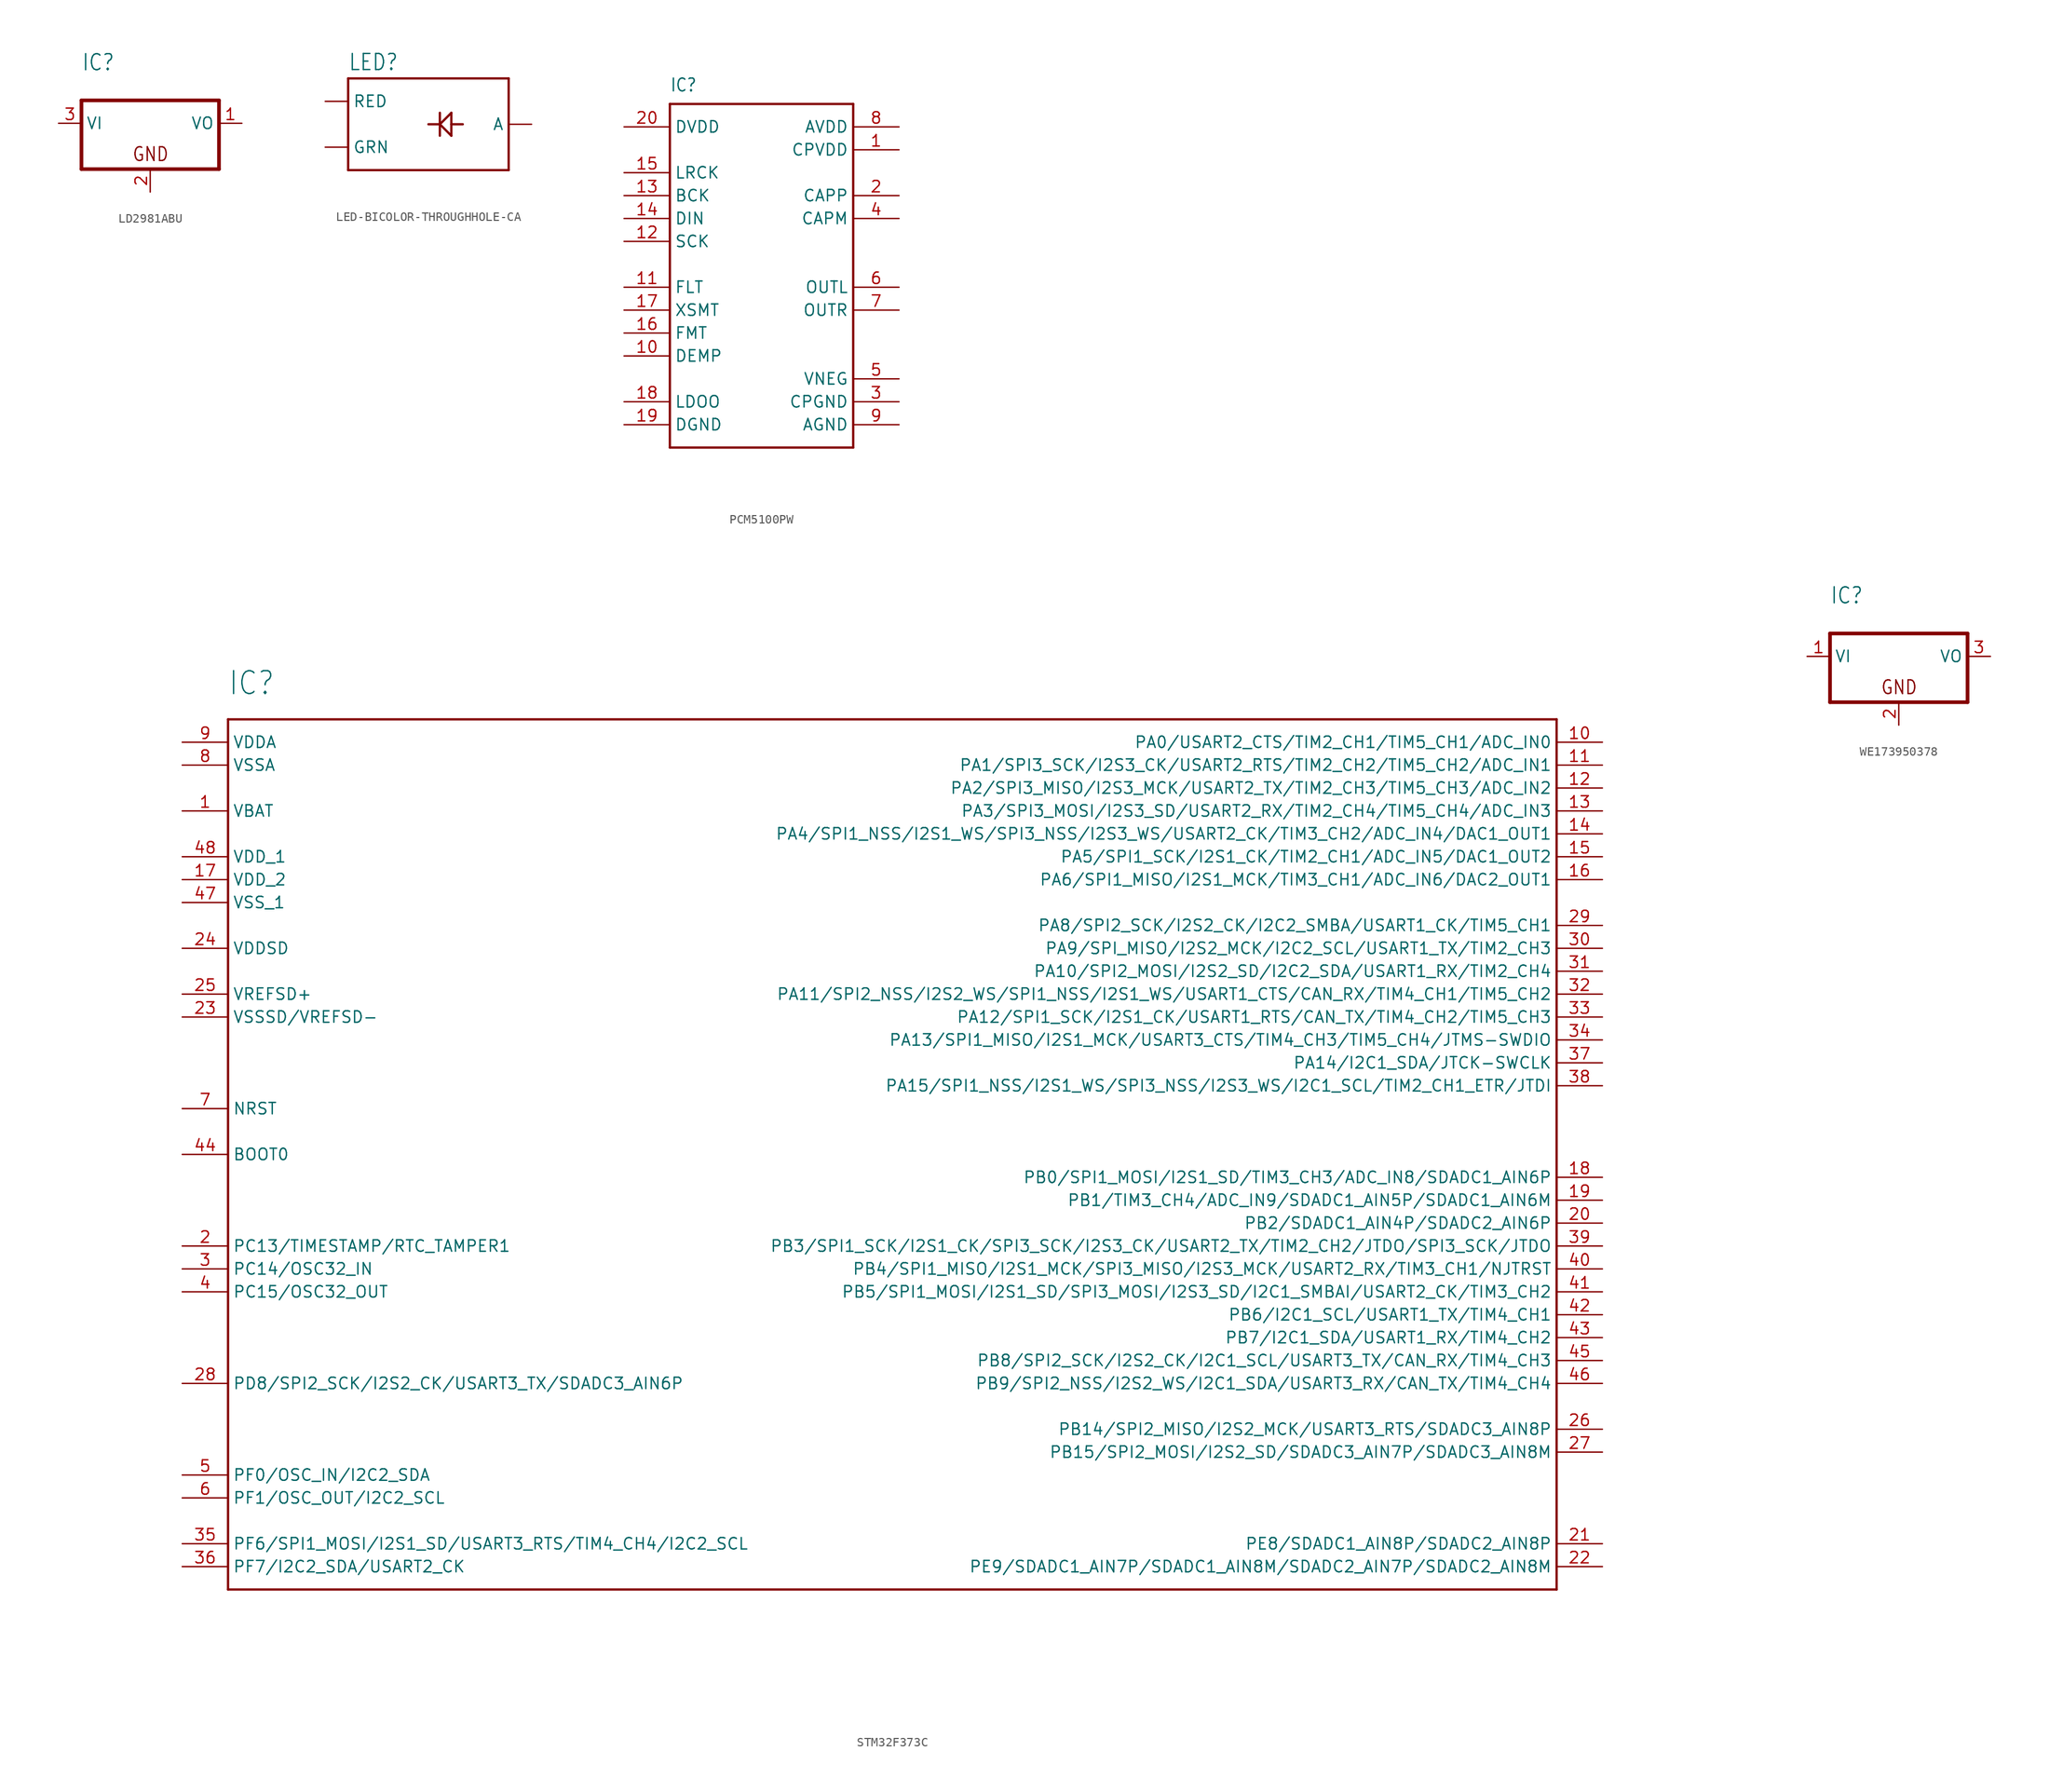
<source format=kicad_sym>
(kicad_symbol_lib
  (version 20220914)
  (generator kicad_symbol_editor)
  (symbol "LD2981ABU"
    (property "Reference" "IC"
      (at -7.62 5.715 0)
      (effects (font (size 1.778 1.511)) (justify left bottom)))
    (property "Value" ""
      (at -7.62 3.175 0)
      (effects (font (size 1.778 1.511)) (justify left bottom)))
    (property "ki_locked" ""
      (at 0 0 0)
      (effects (font (size 1.27 1.27))))
    (symbol "LD2981ABU_1_0"
      (polyline (pts (xy -7.62 -5.08) (xy 7.62 -5.08)) (stroke (width 0.406) (type solid)) (fill (type none)))
      (polyline (pts (xy -7.62 2.54) (xy -7.62 -5.08)) (stroke (width 0.406) (type solid)) (fill (type none)))
      (polyline (pts (xy 7.62 -5.08) (xy 7.62 2.54)) (stroke (width 0.406) (type solid)) (fill (type none)))
      (polyline (pts (xy 7.62 2.54) (xy -7.62 2.54)) (stroke (width 0.406) (type solid)) (fill (type none)))
      (text "GND" (at -2.032 -4.318 0) (effects (font (size 1.524 1.295)) (justify left bottom)))
      (pin passive line (at 10.16 0 180) (length 2.54) (name "VO" (effects (font (size 1.27 1.27)))) (number "1" (effects (font (size 1.27 1.27)))))
      (pin passive line (at 0 -7.62 90) (length 2.54) (name "GND" (effects (font (size 0 0)))) (number "2" (effects (font (size 1.27 1.27)))))
      (pin input line (at -10.16 0 0) (length 2.54) (name "VI" (effects (font (size 1.27 1.27)))) (number "3" (effects (font (size 1.27 1.27)))))))
  (symbol "LED-BICOLOR-THROUGHHOLE-CA"
    (property "Reference" "LED"
      (at -10.16 5.842 0)
      (effects (font (size 1.778 1.511)) (justify left bottom)))
    (property "Value" ""
      (at -10.16 -7.62 0)
      (effects (font (size 1.778 1.511)) (justify left bottom)))
    (property "ki_locked" ""
      (at 0 0 0)
      (effects (font (size 1.27 1.27))))
    (symbol "LED-BICOLOR-THROUGHHOLE-CA_1_0"
      (polyline (pts (xy -10.16 -5.08) (xy -10.16 5.08)) (stroke (width 0.254) (type solid)) (fill (type none)))
      (polyline (pts (xy -10.16 5.08) (xy 7.62 5.08)) (stroke (width 0.254) (type solid)) (fill (type none)))
      (polyline (pts (xy 0 -1.27) (xy 0 0)) (stroke (width 0.254) (type solid)) (fill (type none)))
      (polyline (pts (xy 0 0) (xy -1.27 0)) (stroke (width 0.254) (type solid)) (fill (type none)))
      (polyline (pts (xy 0 0) (xy 0 1.27)) (stroke (width 0.254) (type solid)) (fill (type none)))
      (polyline (pts (xy 0 0) (xy 1.27 -1.27)) (stroke (width 0.254) (type solid)) (fill (type none)))
      (polyline (pts (xy 1.27 -1.27) (xy 1.27 0)) (stroke (width 0.254) (type solid)) (fill (type none)))
      (polyline (pts (xy 1.27 0) (xy 1.27 1.27)) (stroke (width 0.254) (type solid)) (fill (type none)))
      (polyline (pts (xy 1.27 0) (xy 2.54 0)) (stroke (width 0.254) (type solid)) (fill (type none)))
      (polyline (pts (xy 1.27 1.27) (xy 0 0)) (stroke (width 0.254) (type solid)) (fill (type none)))
      (polyline (pts (xy 7.62 -5.08) (xy -10.16 -5.08)) (stroke (width 0.254) (type solid)) (fill (type none)))
      (polyline (pts (xy 7.62 5.08) (xy 7.62 -5.08)) (stroke (width 0.254) (type solid)) (fill (type none)))
      (pin bidirectional line (at 10.16 0 180) (length 2.54) (name "A" (effects (font (size 1.27 1.27)))) (number "A" (effects (font (size 0 0)))))
      (pin bidirectional line (at -12.7 -2.54 0) (length 2.54) (name "GRN" (effects (font (size 1.27 1.27)))) (number "GREEN_C" (effects (font (size 0 0)))))
      (pin bidirectional line (at -12.7 2.54 0) (length 2.54) (name "RED" (effects (font (size 1.27 1.27)))) (number "RED_C" (effects (font (size 0 0)))))))
  (symbol "PCM5100PW"
    (property "Reference" "IC"
      (at -10.16 21.59 0)
      (effects (font (size 1.422 1.209)) (justify left bottom)))
    (property "Value" ""
      (at -10.16 -20.32 0)
      (effects (font (size 1.422 1.209)) (justify left bottom)))
    (property "ki_locked" ""
      (at 0 0 0)
      (effects (font (size 1.27 1.27))))
    (symbol "PCM5100PW_1_0"
      (polyline (pts (xy -10.16 -17.78) (xy -10.16 20.32)) (stroke (width 0.254) (type solid)) (fill (type none)))
      (polyline (pts (xy -10.16 20.32) (xy 10.16 20.32)) (stroke (width 0.254) (type solid)) (fill (type none)))
      (polyline (pts (xy 10.16 -17.78) (xy -10.16 -17.78)) (stroke (width 0.254) (type solid)) (fill (type none)))
      (polyline (pts (xy 10.16 20.32) (xy 10.16 -17.78)) (stroke (width 0.254) (type solid)) (fill (type none)))
      (pin bidirectional line (at 15.24 15.24 180) (length 5.08) (name "CPVDD" (effects (font (size 1.27 1.27)))) (number "1" (effects (font (size 1.27 1.27)))))
      (pin input line (at -15.24 -7.62 0) (length 5.08) (name "DEMP" (effects (font (size 1.27 1.27)))) (number "10" (effects (font (size 1.27 1.27)))))
      (pin input line (at -15.24 0 0) (length 5.08) (name "FLT" (effects (font (size 1.27 1.27)))) (number "11" (effects (font (size 1.27 1.27)))))
      (pin input line (at -15.24 5.08 0) (length 5.08) (name "SCK" (effects (font (size 1.27 1.27)))) (number "12" (effects (font (size 1.27 1.27)))))
      (pin input line (at -15.24 10.16 0) (length 5.08) (name "BCK" (effects (font (size 1.27 1.27)))) (number "13" (effects (font (size 1.27 1.27)))))
      (pin input line (at -15.24 7.62 0) (length 5.08) (name "DIN" (effects (font (size 1.27 1.27)))) (number "14" (effects (font (size 1.27 1.27)))))
      (pin input line (at -15.24 12.7 0) (length 5.08) (name "LRCK" (effects (font (size 1.27 1.27)))) (number "15" (effects (font (size 1.27 1.27)))))
      (pin input line (at -15.24 -5.08 0) (length 5.08) (name "FMT" (effects (font (size 1.27 1.27)))) (number "16" (effects (font (size 1.27 1.27)))))
      (pin input line (at -15.24 -2.54 0) (length 5.08) (name "XSMT" (effects (font (size 1.27 1.27)))) (number "17" (effects (font (size 1.27 1.27)))))
      (pin bidirectional line (at -15.24 -12.7 0) (length 5.08) (name "LDOO" (effects (font (size 1.27 1.27)))) (number "18" (effects (font (size 1.27 1.27)))))
      (pin power_in line (at -15.24 -15.24 0) (length 5.08) (name "DGND" (effects (font (size 1.27 1.27)))) (number "19" (effects (font (size 1.27 1.27)))))
      (pin bidirectional line (at 15.24 10.16 180) (length 5.08) (name "CAPP" (effects (font (size 1.27 1.27)))) (number "2" (effects (font (size 1.27 1.27)))))
      (pin power_in line (at -15.24 17.78 0) (length 5.08) (name "DVDD" (effects (font (size 1.27 1.27)))) (number "20" (effects (font (size 1.27 1.27)))))
      (pin bidirectional line (at 15.24 -12.7 180) (length 5.08) (name "CPGND" (effects (font (size 1.27 1.27)))) (number "3" (effects (font (size 1.27 1.27)))))
      (pin bidirectional line (at 15.24 7.62 180) (length 5.08) (name "CAPM" (effects (font (size 1.27 1.27)))) (number "4" (effects (font (size 1.27 1.27)))))
      (pin input line (at 15.24 -10.16 180) (length 5.08) (name "VNEG" (effects (font (size 1.27 1.27)))) (number "5" (effects (font (size 1.27 1.27)))))
      (pin output line (at 15.24 0 180) (length 5.08) (name "OUTL" (effects (font (size 1.27 1.27)))) (number "6" (effects (font (size 1.27 1.27)))))
      (pin output line (at 15.24 -2.54 180) (length 5.08) (name "OUTR" (effects (font (size 1.27 1.27)))) (number "7" (effects (font (size 1.27 1.27)))))
      (pin power_in line (at 15.24 17.78 180) (length 5.08) (name "AVDD" (effects (font (size 1.27 1.27)))) (number "8" (effects (font (size 1.27 1.27)))))
      (pin power_in line (at 15.24 -15.24 180) (length 5.08) (name "AGND" (effects (font (size 1.27 1.27)))) (number "9" (effects (font (size 1.27 1.27)))))))
  (symbol "STM32F373C"
    (property "Reference" "IC"
      (at -73.66 50.8 0)
      (effects (font (size 2.54 2.159)) (justify left bottom)))
    (property "Value" ""
      (at -73.66 -53.34 0)
      (effects (font (size 2.54 2.159)) (justify left bottom)))
    (property "ki_locked" ""
      (at 0 0 0)
      (effects (font (size 1.27 1.27))))
    (symbol "STM32F373C_1_0"
      (polyline (pts (xy -73.66 -48.26) (xy -73.66 48.26)) (stroke (width 0.254) (type solid)) (fill (type none)))
      (polyline (pts (xy -73.66 48.26) (xy 73.66 48.26)) (stroke (width 0.254) (type solid)) (fill (type none)))
      (polyline (pts (xy 73.66 -48.26) (xy -73.66 -48.26)) (stroke (width 0.254) (type solid)) (fill (type none)))
      (polyline (pts (xy 73.66 48.26) (xy 73.66 -48.26)) (stroke (width 0.254) (type solid)) (fill (type none)))
      (pin power_in line (at -78.74 38.1 0) (length 5.08) (name "VBAT" (effects (font (size 1.27 1.27)))) (number "1" (effects (font (size 1.27 1.27)))))
      (pin bidirectional line (at 78.74 45.72 180) (length 5.08) (name "PA0/USART2_CTS/TIM2_CH1/TIM5_CH1/ADC_IN0" (effects (font (size 1.27 1.27)))) (number "10" (effects (font (size 1.27 1.27)))))
      (pin bidirectional line (at 78.74 43.18 180) (length 5.08) (name "PA1/SPI3_SCK/I2S3_CK/USART2_RTS/TIM2_CH2/TIM5_CH2/ADC_IN1" (effects (font (size 1.27 1.27)))) (number "11" (effects (font (size 1.27 1.27)))))
      (pin bidirectional line (at 78.74 40.64 180) (length 5.08) (name "PA2/SPI3_MISO/I2S3_MCK/USART2_TX/TIM2_CH3/TIM5_CH3/ADC_IN2" (effects (font (size 1.27 1.27)))) (number "12" (effects (font (size 1.27 1.27)))))
      (pin bidirectional line (at 78.74 38.1 180) (length 5.08) (name "PA3/SPI3_MOSI/I2S3_SD/USART2_RX/TIM2_CH4/TIM5_CH4/ADC_IN3" (effects (font (size 1.27 1.27)))) (number "13" (effects (font (size 1.27 1.27)))))
      (pin bidirectional line (at 78.74 35.56 180) (length 5.08) (name "PA4/SPI1_NSS/I2S1_WS/SPI3_NSS/I2S3_WS/USART2_CK/TIM3_CH2/ADC_IN4/DAC1_OUT1" (effects (font (size 1.27 1.27)))) (number "14" (effects (font (size 1.27 1.27)))))
      (pin bidirectional line (at 78.74 33.02 180) (length 5.08) (name "PA5/SPI1_SCK/I2S1_CK/TIM2_CH1/ADC_IN5/DAC1_OUT2" (effects (font (size 1.27 1.27)))) (number "15" (effects (font (size 1.27 1.27)))))
      (pin bidirectional line (at 78.74 30.48 180) (length 5.08) (name "PA6/SPI1_MISO/I2S1_MCK/TIM3_CH1/ADC_IN6/DAC2_OUT1" (effects (font (size 1.27 1.27)))) (number "16" (effects (font (size 1.27 1.27)))))
      (pin power_in line (at -78.74 30.48 0) (length 5.08) (name "VDD_2" (effects (font (size 1.27 1.27)))) (number "17" (effects (font (size 1.27 1.27)))))
      (pin bidirectional line (at 78.74 -2.54 180) (length 5.08) (name "PB0/SPI1_MOSI/I2S1_SD/TIM3_CH3/ADC_IN8/SDADC1_AIN6P" (effects (font (size 1.27 1.27)))) (number "18" (effects (font (size 1.27 1.27)))))
      (pin bidirectional line (at 78.74 -5.08 180) (length 5.08) (name "PB1/TIM3_CH4/ADC_IN9/SDADC1_AIN5P/SDADC1_AIN6M" (effects (font (size 1.27 1.27)))) (number "19" (effects (font (size 1.27 1.27)))))
      (pin bidirectional line (at -78.74 -10.16 0) (length 5.08) (name "PC13/TIMESTAMP/RTC_TAMPER1" (effects (font (size 1.27 1.27)))) (number "2" (effects (font (size 1.27 1.27)))))
      (pin bidirectional line (at 78.74 -7.62 180) (length 5.08) (name "PB2/SDADC1_AIN4P/SDADC2_AIN6P" (effects (font (size 1.27 1.27)))) (number "20" (effects (font (size 1.27 1.27)))))
      (pin bidirectional line (at 78.74 -43.18 180) (length 5.08) (name "PE8/SDADC1_AIN8P/SDADC2_AIN8P" (effects (font (size 1.27 1.27)))) (number "21" (effects (font (size 1.27 1.27)))))
      (pin bidirectional line (at 78.74 -45.72 180) (length 5.08) (name "PE9/SDADC1_AIN7P/SDADC1_AIN8M/SDADC2_AIN7P/SDADC2_AIN8M" (effects (font (size 1.27 1.27)))) (number "22" (effects (font (size 1.27 1.27)))))
      (pin power_in line (at -78.74 15.24 0) (length 5.08) (name "VSSSD/VREFSD-" (effects (font (size 1.27 1.27)))) (number "23" (effects (font (size 1.27 1.27)))))
      (pin power_in line (at -78.74 22.86 0) (length 5.08) (name "VDDSD" (effects (font (size 1.27 1.27)))) (number "24" (effects (font (size 1.27 1.27)))))
      (pin power_in line (at -78.74 17.78 0) (length 5.08) (name "VREFSD+" (effects (font (size 1.27 1.27)))) (number "25" (effects (font (size 1.27 1.27)))))
      (pin bidirectional line (at 78.74 -30.48 180) (length 5.08) (name "PB14/SPI2_MISO/I2S2_MCK/USART3_RTS/SDADC3_AIN8P" (effects (font (size 1.27 1.27)))) (number "26" (effects (font (size 1.27 1.27)))))
      (pin bidirectional line (at 78.74 -33.02 180) (length 5.08) (name "PB15/SPI2_MOSI/I2S2_SD/SDADC3_AIN7P/SDADC3_AIN8M" (effects (font (size 1.27 1.27)))) (number "27" (effects (font (size 1.27 1.27)))))
      (pin bidirectional line (at -78.74 -25.4 0) (length 5.08) (name "PD8/SPI2_SCK/I2S2_CK/USART3_TX/SDADC3_AIN6P" (effects (font (size 1.27 1.27)))) (number "28" (effects (font (size 1.27 1.27)))))
      (pin bidirectional line (at 78.74 25.4 180) (length 5.08) (name "PA8/SPI2_SCK/I2S2_CK/I2C2_SMBA/USART1_CK/TIM5_CH1" (effects (font (size 1.27 1.27)))) (number "29" (effects (font (size 1.27 1.27)))))
      (pin bidirectional line (at -78.74 -12.7 0) (length 5.08) (name "PC14/OSC32_IN" (effects (font (size 1.27 1.27)))) (number "3" (effects (font (size 1.27 1.27)))))
      (pin bidirectional line (at 78.74 22.86 180) (length 5.08) (name "PA9/SPI_MISO/I2S2_MCK/I2C2_SCL/USART1_TX/TIM2_CH3" (effects (font (size 1.27 1.27)))) (number "30" (effects (font (size 1.27 1.27)))))
      (pin bidirectional line (at 78.74 20.32 180) (length 5.08) (name "PA10/SPI2_MOSI/I2S2_SD/I2C2_SDA/USART1_RX/TIM2_CH4" (effects (font (size 1.27 1.27)))) (number "31" (effects (font (size 1.27 1.27)))))
      (pin bidirectional line (at 78.74 17.78 180) (length 5.08) (name "PA11/SPI2_NSS/I2S2_WS/SPI1_NSS/I2S1_WS/USART1_CTS/CAN_RX/TIM4_CH1/TIM5_CH2" (effects (font (size 1.27 1.27)))) (number "32" (effects (font (size 1.27 1.27)))))
      (pin bidirectional line (at 78.74 15.24 180) (length 5.08) (name "PA12/SPI1_SCK/I2S1_CK/USART1_RTS/CAN_TX/TIM4_CH2/TIM5_CH3" (effects (font (size 1.27 1.27)))) (number "33" (effects (font (size 1.27 1.27)))))
      (pin bidirectional line (at 78.74 12.7 180) (length 5.08) (name "PA13/SPI1_MISO/I2S1_MCK/USART3_CTS/TIM4_CH3/TIM5_CH4/JTMS-SWDIO" (effects (font (size 1.27 1.27)))) (number "34" (effects (font (size 1.27 1.27)))))
      (pin bidirectional line (at -78.74 -43.18 0) (length 5.08) (name "PF6/SPI1_MOSI/I2S1_SD/USART3_RTS/TIM4_CH4/I2C2_SCL" (effects (font (size 1.27 1.27)))) (number "35" (effects (font (size 1.27 1.27)))))
      (pin bidirectional line (at -78.74 -45.72 0) (length 5.08) (name "PF7/I2C2_SDA/USART2_CK" (effects (font (size 1.27 1.27)))) (number "36" (effects (font (size 1.27 1.27)))))
      (pin bidirectional line (at 78.74 10.16 180) (length 5.08) (name "PA14/I2C1_SDA/JTCK-SWCLK" (effects (font (size 1.27 1.27)))) (number "37" (effects (font (size 1.27 1.27)))))
      (pin bidirectional line (at 78.74 7.62 180) (length 5.08) (name "PA15/SPI1_NSS/I2S1_WS/SPI3_NSS/I2S3_WS/I2C1_SCL/TIM2_CH1_ETR/JTDI" (effects (font (size 1.27 1.27)))) (number "38" (effects (font (size 1.27 1.27)))))
      (pin bidirectional line (at 78.74 -10.16 180) (length 5.08) (name "PB3/SPI1_SCK/I2S1_CK/SPI3_SCK/I2S3_CK/USART2_TX/TIM2_CH2/JTDO/SPI3_SCK/JTDO" (effects (font (size 1.27 1.27)))) (number "39" (effects (font (size 1.27 1.27)))))
      (pin bidirectional line (at -78.74 -15.24 0) (length 5.08) (name "PC15/OSC32_OUT" (effects (font (size 1.27 1.27)))) (number "4" (effects (font (size 1.27 1.27)))))
      (pin bidirectional line (at 78.74 -12.7 180) (length 5.08) (name "PB4/SPI1_MISO/I2S1_MCK/SPI3_MISO/I2S3_MCK/USART2_RX/TIM3_CH1/NJTRST" (effects (font (size 1.27 1.27)))) (number "40" (effects (font (size 1.27 1.27)))))
      (pin bidirectional line (at 78.74 -15.24 180) (length 5.08) (name "PB5/SPI1_MOSI/I2S1_SD/SPI3_MOSI/I2S3_SD/I2C1_SMBAI/USART2_CK/TIM3_CH2" (effects (font (size 1.27 1.27)))) (number "41" (effects (font (size 1.27 1.27)))))
      (pin bidirectional line (at 78.74 -17.78 180) (length 5.08) (name "PB6/I2C1_SCL/USART1_TX/TIM4_CH1" (effects (font (size 1.27 1.27)))) (number "42" (effects (font (size 1.27 1.27)))))
      (pin bidirectional line (at 78.74 -20.32 180) (length 5.08) (name "PB7/I2C1_SDA/USART1_RX/TIM4_CH2" (effects (font (size 1.27 1.27)))) (number "43" (effects (font (size 1.27 1.27)))))
      (pin bidirectional line (at -78.74 0 0) (length 5.08) (name "BOOT0" (effects (font (size 1.27 1.27)))) (number "44" (effects (font (size 1.27 1.27)))))
      (pin bidirectional line (at 78.74 -22.86 180) (length 5.08) (name "PB8/SPI2_SCK/I2S2_CK/I2C1_SCL/USART3_TX/CAN_RX/TIM4_CH3" (effects (font (size 1.27 1.27)))) (number "45" (effects (font (size 1.27 1.27)))))
      (pin bidirectional line (at 78.74 -25.4 180) (length 5.08) (name "PB9/SPI2_NSS/I2S2_WS/I2C1_SDA/USART3_RX/CAN_TX/TIM4_CH4" (effects (font (size 1.27 1.27)))) (number "46" (effects (font (size 1.27 1.27)))))
      (pin power_in line (at -78.74 27.94 0) (length 5.08) (name "VSS_1" (effects (font (size 1.27 1.27)))) (number "47" (effects (font (size 1.27 1.27)))))
      (pin power_in line (at -78.74 33.02 0) (length 5.08) (name "VDD_1" (effects (font (size 1.27 1.27)))) (number "48" (effects (font (size 1.27 1.27)))))
      (pin bidirectional line (at -78.74 -35.56 0) (length 5.08) (name "PF0/OSC_IN/I2C2_SDA" (effects (font (size 1.27 1.27)))) (number "5" (effects (font (size 1.27 1.27)))))
      (pin bidirectional line (at -78.74 -38.1 0) (length 5.08) (name "PF1/OSC_OUT/I2C2_SCL" (effects (font (size 1.27 1.27)))) (number "6" (effects (font (size 1.27 1.27)))))
      (pin bidirectional line (at -78.74 5.08 0) (length 5.08) (name "NRST" (effects (font (size 1.27 1.27)))) (number "7" (effects (font (size 1.27 1.27)))))
      (pin power_in line (at -78.74 43.18 0) (length 5.08) (name "VSSA" (effects (font (size 1.27 1.27)))) (number "8" (effects (font (size 1.27 1.27)))))
      (pin power_in line (at -78.74 45.72 0) (length 5.08) (name "VDDA" (effects (font (size 1.27 1.27)))) (number "9" (effects (font (size 1.27 1.27)))))))
  (symbol "WE173950378"
    (property "Reference" "IC"
      (at -7.62 5.715 0)
      (effects (font (size 1.778 1.511)) (justify left bottom)))
    (property "Value" ""
      (at -7.62 3.175 0)
      (effects (font (size 1.778 1.511)) (justify left bottom)))
    (property "ki_locked" ""
      (at 0 0 0)
      (effects (font (size 1.27 1.27))))
    (symbol "WE173950378_1_0"
      (polyline (pts (xy -7.62 -5.08) (xy 7.62 -5.08)) (stroke (width 0.406) (type solid)) (fill (type none)))
      (polyline (pts (xy -7.62 2.54) (xy -7.62 -5.08)) (stroke (width 0.406) (type solid)) (fill (type none)))
      (polyline (pts (xy 7.62 -5.08) (xy 7.62 2.54)) (stroke (width 0.406) (type solid)) (fill (type none)))
      (polyline (pts (xy 7.62 2.54) (xy -7.62 2.54)) (stroke (width 0.406) (type solid)) (fill (type none)))
      (text "GND" (at -2.032 -4.318 0) (effects (font (size 1.524 1.295)) (justify left bottom)))
      (pin input line (at -10.16 0 0) (length 2.54) (name "VI" (effects (font (size 1.27 1.27)))) (number "1" (effects (font (size 1.27 1.27)))))
      (pin passive line (at 0 -7.62 90) (length 2.54) (name "GND" (effects (font (size 0 0)))) (number "2" (effects (font (size 1.27 1.27)))))
      (pin passive line (at 10.16 0 180) (length 2.54) (name "VO" (effects (font (size 1.27 1.27)))) (number "3" (effects (font (size 1.27 1.27))))))))
</source>
